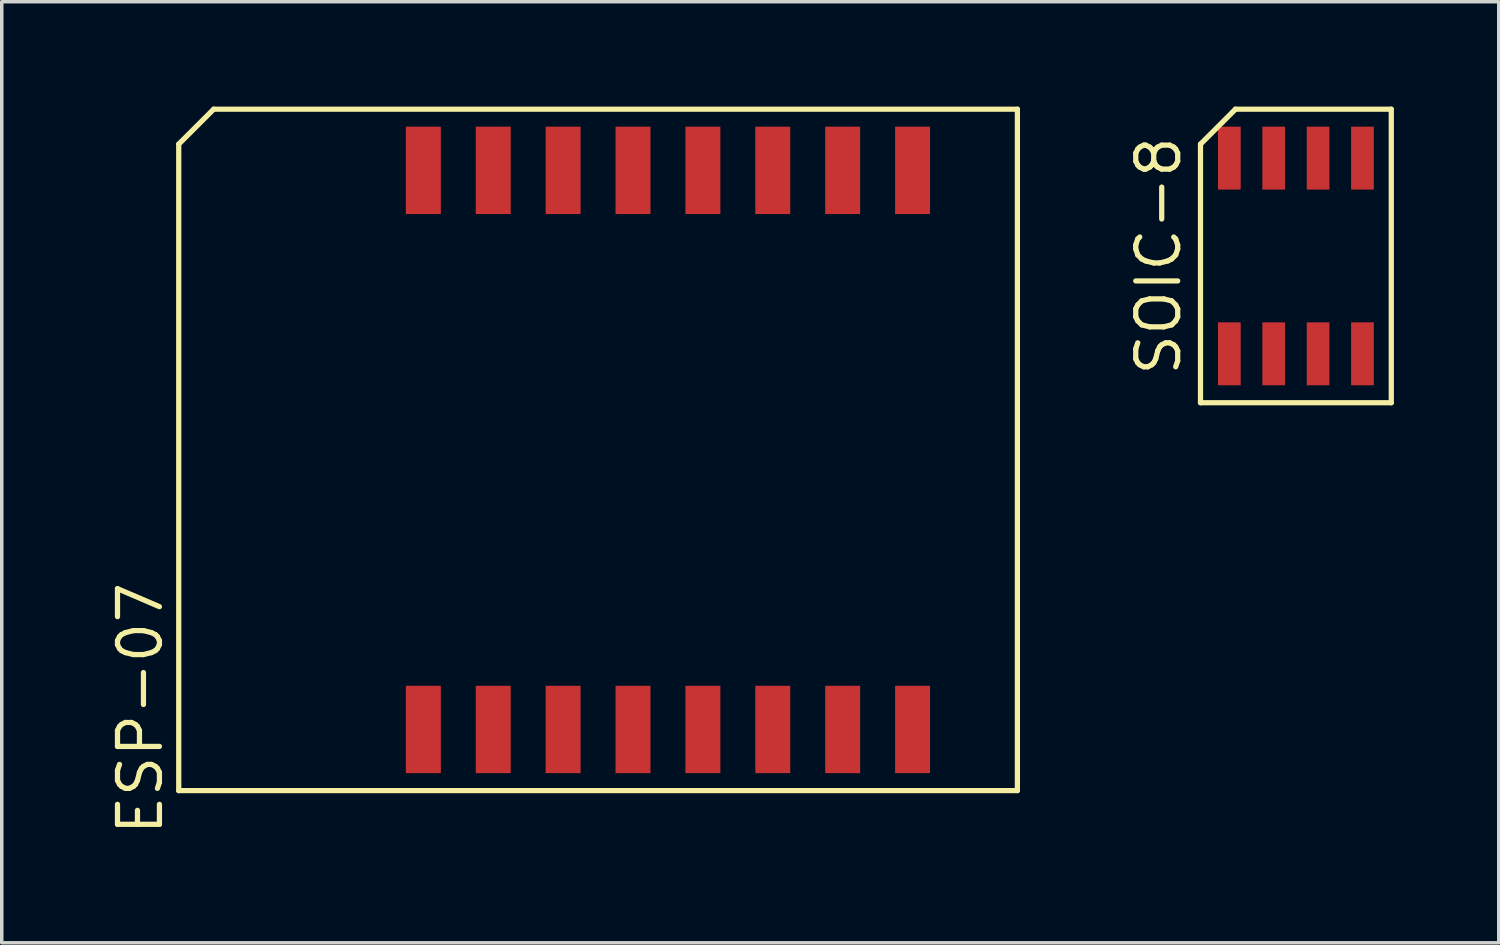
<source format=kicad_pcb>
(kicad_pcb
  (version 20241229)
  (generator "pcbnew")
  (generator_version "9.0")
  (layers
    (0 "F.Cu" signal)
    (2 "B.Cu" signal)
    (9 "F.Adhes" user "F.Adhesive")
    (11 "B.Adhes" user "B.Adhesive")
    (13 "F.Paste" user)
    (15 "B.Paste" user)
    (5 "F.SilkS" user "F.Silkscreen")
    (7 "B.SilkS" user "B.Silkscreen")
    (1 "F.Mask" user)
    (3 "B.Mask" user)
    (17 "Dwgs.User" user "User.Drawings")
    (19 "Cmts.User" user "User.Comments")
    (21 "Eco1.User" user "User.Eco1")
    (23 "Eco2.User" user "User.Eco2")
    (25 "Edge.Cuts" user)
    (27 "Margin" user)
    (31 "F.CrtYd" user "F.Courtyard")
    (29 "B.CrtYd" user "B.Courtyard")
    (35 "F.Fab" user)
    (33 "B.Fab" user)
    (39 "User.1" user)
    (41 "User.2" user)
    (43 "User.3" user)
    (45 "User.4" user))
  (footprint "SOIC-8"
    (layer "F.Cu")
    (at 34.035 4.275)
    (property "Reference" "SOIC-8" (at -3.93 0 90) (layer "F.SilkS") (effects (font (size 1.2 1.2) (thickness 0.15))))
    (attr through_hole)
    (fp_line (start -2.73 -3.2) (end -2.73 4.2) (stroke (width 0.15) (type solid)) (layer "F.SilkS"))
    (fp_line (start -2.73 4.2) (end 2.73 4.2) (stroke (width 0.15) (type solid)) (layer "F.SilkS"))
    (fp_line (start -1.73 -4.2) (end -2.73 -3.2) (stroke (width 0.15) (type solid)) (layer "F.SilkS"))
    (fp_line (start 2.73 -4.2) (end -1.73 -4.2) (stroke (width 0.15) (type solid)) (layer "F.SilkS"))
    (fp_line (start 2.73 4.2) (end 2.73 -4.2) (stroke (width 0.15) (type solid)) (layer "F.SilkS"))
    (pad "1" smd rect (at -1.905 2.8) (size 0.65 1.8) (layers "F.Cu" "F.Mask" "F.Paste"))
    (pad "2" smd rect (at -0.635 2.8) (size 0.65 1.8) (layers "F.Cu" "F.Mask" "F.Paste"))
    (pad "3" smd rect (at 0.635 2.8) (size 0.65 1.8) (layers "F.Cu" "F.Mask" "F.Paste"))
    (pad "4" smd rect (at 1.905 2.8) (size 0.65 1.8) (layers "F.Cu" "F.Mask" "F.Paste"))
    (pad "5" smd rect (at 1.905 -2.8) (size 0.65 1.8) (layers "F.Cu" "F.Mask" "F.Paste"))
    (pad "6" smd rect (at 0.635 -2.8) (size 0.65 1.8) (layers "F.Cu" "F.Mask" "F.Paste"))
    (pad "7" smd rect (at -0.635 -2.8) (size 0.65 1.8) (layers "F.Cu" "F.Mask" "F.Paste"))
    (pad "8" smd rect (at -1.905 -2.8) (size 0.65 1.8) (layers "F.Cu" "F.Mask" "F.Paste")))
  (footprint "ESP-07"
    (layer "F.Cu")
    (at 15.065 9.825)
    (property "Reference" "ESP-07" (at -14.1 7.4 90) (layer "F.SilkS") (effects (font (size 1.2 1.2) (thickness 0.15))))
    (attr through_hole)
    (fp_line (start -13 -8.75) (end -13 9.75) (stroke (width 0.15) (type solid)) (layer "F.SilkS"))
    (fp_line (start -13 9.75) (end 11 9.75) (stroke (width 0.15) (type solid)) (layer "F.SilkS"))
    (fp_line (start -12 -9.75) (end -13 -8.75) (stroke (width 0.15) (type solid)) (layer "F.SilkS"))
    (fp_line (start 11 -9.75) (end -12 -9.75) (stroke (width 0.15) (type solid)) (layer "F.SilkS"))
    (fp_line (start 11 9.75) (end 11 -9.75) (stroke (width 0.15) (type solid)) (layer "F.SilkS"))
    (pad "1" smd rect (at -6 8) (size 1 2.5) (layers "F.Cu" "F.Mask" "F.Paste"))
    (pad "2" smd rect (at -4 8) (size 1 2.5) (layers "F.Cu" "F.Mask" "F.Paste"))
    (pad "3" smd rect (at -2 8) (size 1 2.5) (layers "F.Cu" "F.Mask" "F.Paste"))
    (pad "4" smd rect (at 0 8) (size 1 2.5) (layers "F.Cu" "F.Mask" "F.Paste"))
    (pad "5" smd rect (at 2 8) (size 1 2.5) (layers "F.Cu" "F.Mask" "F.Paste"))
    (pad "6" smd rect (at 4 8) (size 1 2.5) (layers "F.Cu" "F.Mask" "F.Paste"))
    (pad "7" smd rect (at 6 8) (size 1 2.5) (layers "F.Cu" "F.Mask" "F.Paste"))
    (pad "8" smd rect (at 8 8) (size 1 2.5) (layers "F.Cu" "F.Mask" "F.Paste"))
    (pad "9" smd rect (at 8 -8) (size 1 2.5) (layers "F.Cu" "F.Mask" "F.Paste"))
    (pad "10" smd rect (at 6 -8) (size 1 2.5) (layers "F.Cu" "F.Mask" "F.Paste"))
    (pad "11" smd rect (at 4 -8) (size 1 2.5) (layers "F.Cu" "F.Mask" "F.Paste"))
    (pad "12" smd rect (at 2 -8) (size 1 2.5) (layers "F.Cu" "F.Mask" "F.Paste"))
    (pad "13" smd rect (at 0 -8) (size 1 2.5) (layers "F.Cu" "F.Mask" "F.Paste"))
    (pad "14" smd rect (at -2 -8) (size 1 2.5) (layers "F.Cu" "F.Mask" "F.Paste"))
    (pad "15" smd rect (at -4 -8) (size 1 2.5) (layers "F.Cu" "F.Mask" "F.Paste"))
    (pad "16" smd rect (at -6 -8) (size 1 2.5) (layers "F.Cu" "F.Mask" "F.Paste")))
  (gr_rect
    (start -3 -3)
    (end 39.84 23.93)
    (stroke (width 0.1) (type default))
    (fill no)
    (layer "Edge.Cuts")))
</source>
